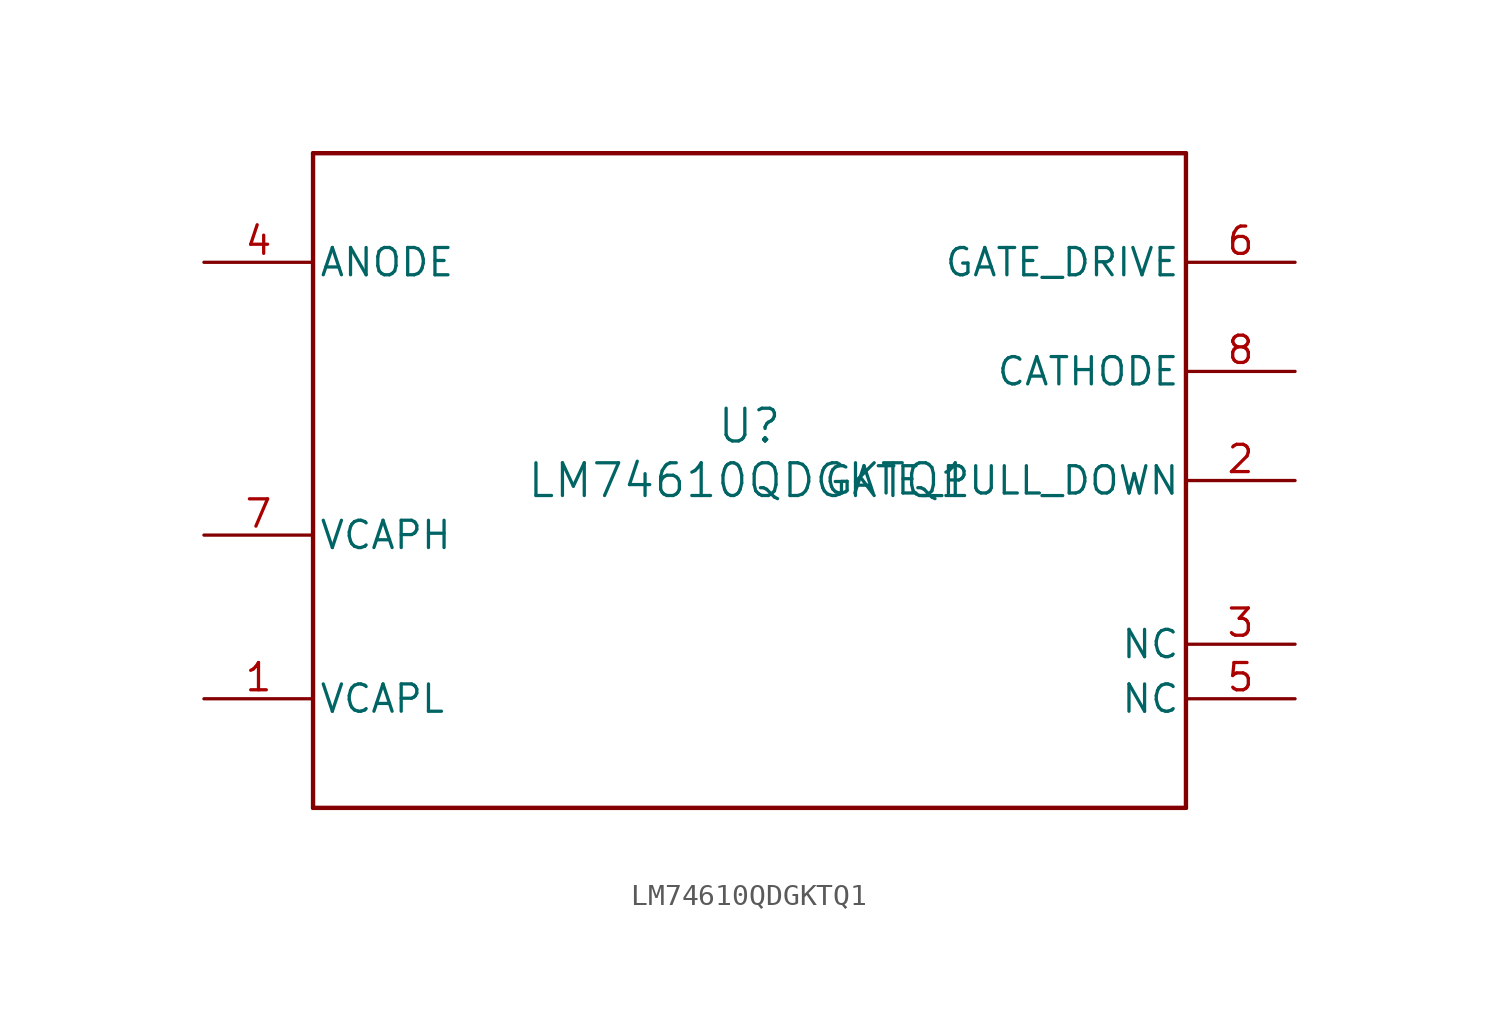
<source format=kicad_sym>
(kicad_symbol_lib
  (version 20211014)
  (generator kicad_symbol_editor)
  (symbol "LM74610QDGKTQ1"
    (pin_names
      (offset 0.254))
    (property "Reference" "U"
      (at 0 2.54 0)
      (effects (font (size 1.524 1.524))))
    (property "Value" "LM74610QDGKTQ1"
      (at 0 0 0)
      (effects (font (size 1.524 1.524))))
    (symbol "LM74610QDGKTQ1_0_1"
      (polyline (pts (xy -20.32 -15.24) (xy 20.32 -15.24)) (stroke (width 0.203) (type default) (color 0 0 0 0)) (fill (type none)))
      (polyline (pts (xy 20.32 -15.24) (xy 20.32 15.24)) (stroke (width 0.203) (type default) (color 0 0 0 0)) (fill (type none)))
      (polyline (pts (xy 20.32 15.24) (xy -20.32 15.24)) (stroke (width 0.203) (type default) (color 0 0 0 0)) (fill (type none)))
      (polyline (pts (xy -20.32 15.24) (xy -20.32 -15.24)) (stroke (width 0.203) (type default) (color 0 0 0 0)) (fill (type none)))
      (pin unspecified line (at -25.4 -10.16 0) (length 5.08) (name "VCAPL" (effects (font (size 1.27 1.27)))) (number "1" (effects (font (size 1.27 1.27)))))
      (pin unspecified line (at 25.4 0 180) (length 5.08) (name "GATE PULL DOWN" (effects (font (size 1.27 1.27)))) (number "2" (effects (font (size 1.27 1.27)))))
      (pin unspecified line (at 25.4 -7.62 180) (length 5.08) (name "NC" (effects (font (size 1.27 1.27)))) (number "3" (effects (font (size 1.27 1.27)))))
      (pin power_in line (at -25.4 10.16 0) (length 5.08) (name "ANODE" (effects (font (size 1.27 1.27)))) (number "4" (effects (font (size 1.27 1.27)))))
      (pin unspecified line (at 25.4 -10.16 180) (length 5.08) (name "NC" (effects (font (size 1.27 1.27)))) (number "5" (effects (font (size 1.27 1.27)))))
      (pin output line (at 25.4 10.16 180) (length 5.08) (name "GATE DRIVE" (effects (font (size 1.27 1.27)))) (number "6" (effects (font (size 1.27 1.27)))))
      (pin unspecified line (at -25.4 -2.54 0) (length 5.08) (name "VCAPH" (effects (font (size 1.27 1.27)))) (number "7" (effects (font (size 1.27 1.27)))))
      (pin output line (at 25.4 5.08 180) (length 5.08) (name "CATHODE" (effects (font (size 1.27 1.27)))) (number "8" (effects (font (size 1.27 1.27))))))))
</source>
